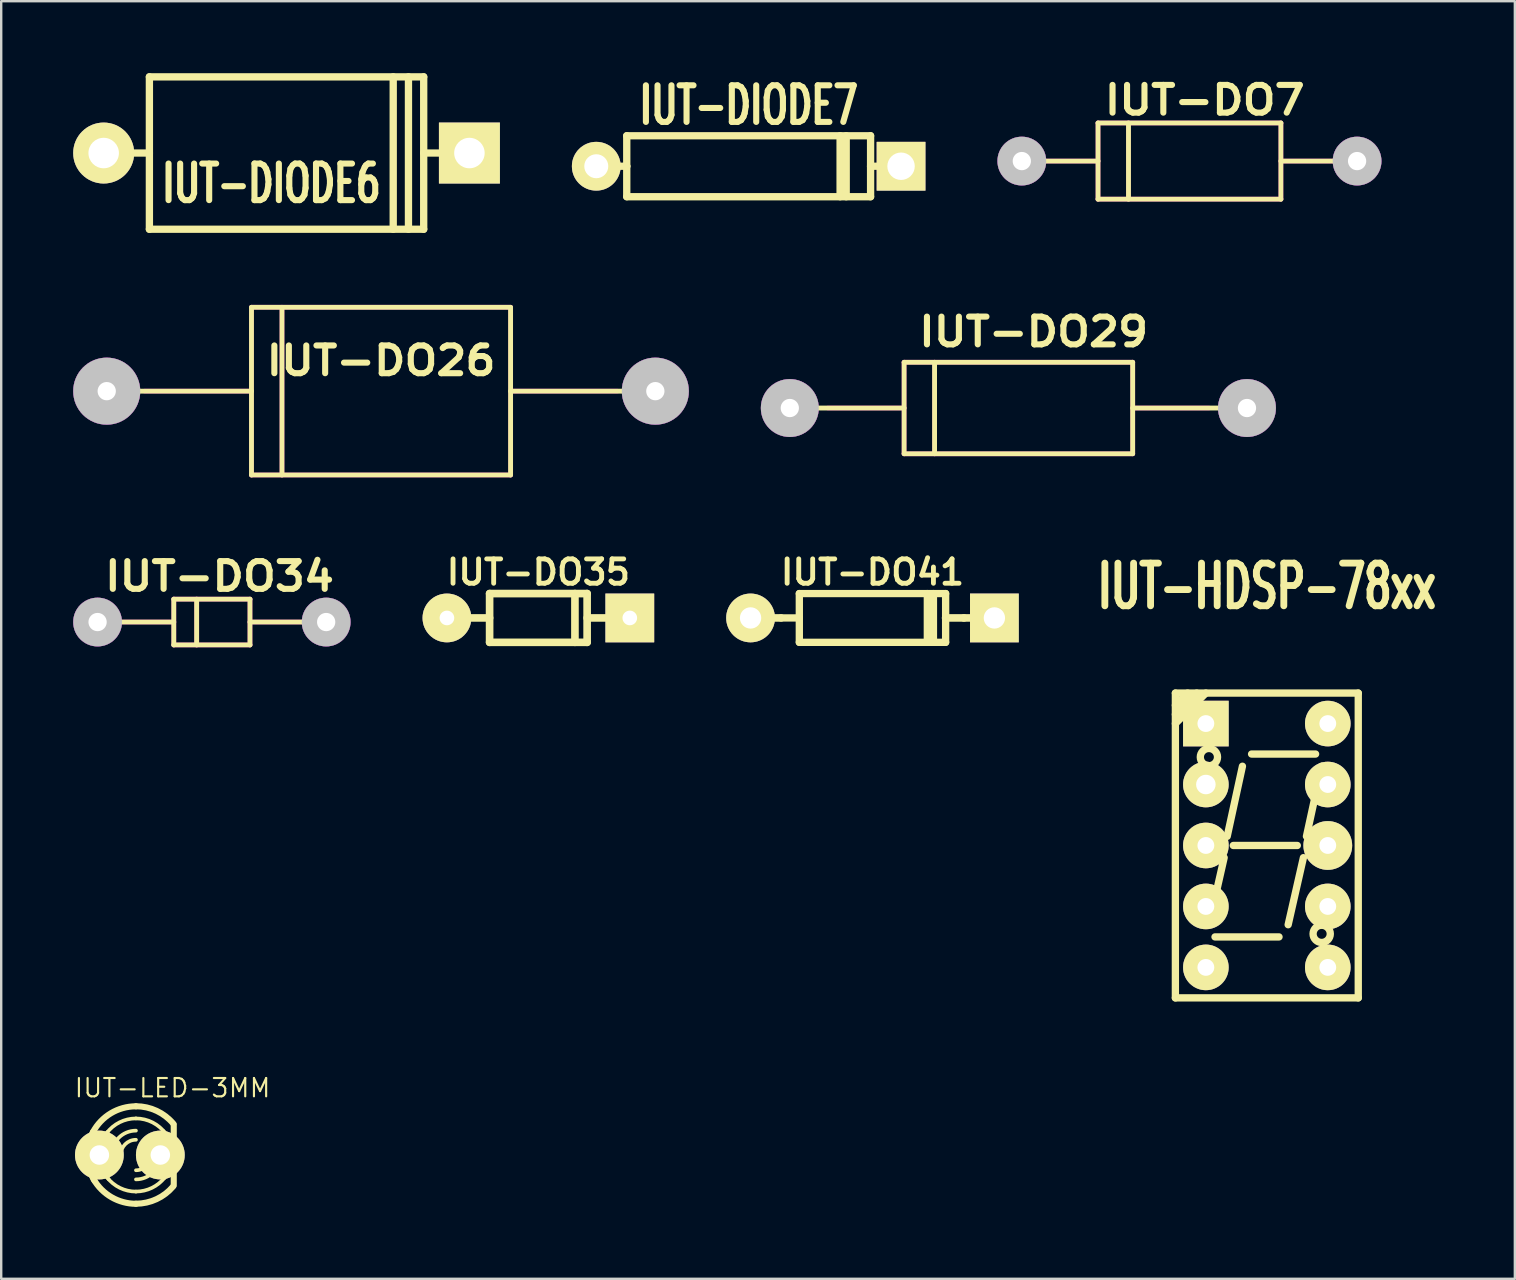
<source format=kicad_pcb>
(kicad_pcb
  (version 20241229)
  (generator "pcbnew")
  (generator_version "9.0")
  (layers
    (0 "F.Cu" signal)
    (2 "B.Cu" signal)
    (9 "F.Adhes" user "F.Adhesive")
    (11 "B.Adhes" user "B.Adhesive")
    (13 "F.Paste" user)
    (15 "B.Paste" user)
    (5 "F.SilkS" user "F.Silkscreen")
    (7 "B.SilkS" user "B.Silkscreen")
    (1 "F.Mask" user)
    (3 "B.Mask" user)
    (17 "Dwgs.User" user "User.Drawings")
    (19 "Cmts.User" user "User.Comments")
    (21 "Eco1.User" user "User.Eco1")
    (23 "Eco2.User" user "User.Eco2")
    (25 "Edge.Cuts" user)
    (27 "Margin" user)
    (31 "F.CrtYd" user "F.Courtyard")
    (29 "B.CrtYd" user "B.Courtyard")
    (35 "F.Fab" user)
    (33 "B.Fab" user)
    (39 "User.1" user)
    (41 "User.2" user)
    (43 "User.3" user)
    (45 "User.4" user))
  (footprint "IUT-DO29"
    (layer "F.Cu")
    (at 29.86 13.952)
    (property "Reference" "IUT-DO29" (at 10.16 -3.175 0) (layer "F.SilkS") (effects (font (size 1.156 1.27) (thickness 0.254))))
    (attr through_hole)
    (fp_line (start 0 0) (end 4.763 0) (stroke (width 0.203) (type solid)) (layer "F.SilkS"))
    (fp_line (start 4.763 -1.905) (end 4.763 1.905) (stroke (width 0.203) (type solid)) (layer "F.SilkS"))
    (fp_line (start 4.763 1.905) (end 14.287 1.905) (stroke (width 0.203) (type solid)) (layer "F.SilkS"))
    (fp_line (start 6.032 -1.905) (end 6.032 1.905) (stroke (width 0.203) (type solid)) (layer "F.SilkS"))
    (fp_line (start 14.287 -1.905) (end 4.763 -1.905) (stroke (width 0.203) (type solid)) (layer "F.SilkS"))
    (fp_line (start 14.287 1.905) (end 14.287 -1.905) (stroke (width 0.203) (type solid)) (layer "F.SilkS"))
    (fp_line (start 19.05 0) (end 14.287 0) (stroke (width 0.203) (type solid)) (layer "F.SilkS"))
    (fp_line (start 4.763 -1.905) (end 4.763 1.905) (stroke (width 0.203) (type solid)) (layer "F.Adhes"))
    (fp_line (start 4.763 0) (end 1.587 0) (stroke (width 0.203) (type solid)) (layer "F.Adhes"))
    (fp_line (start 4.763 1.905) (end 14.287 1.905) (stroke (width 0.203) (type solid)) (layer "F.Adhes"))
    (fp_line (start 6.032 -1.905) (end 6.032 1.905) (stroke (width 0.203) (type solid)) (layer "F.Adhes"))
    (fp_line (start 14.287 -1.905) (end 4.763 -1.905) (stroke (width 0.203) (type solid)) (layer "F.Adhes"))
    (fp_line (start 14.287 1.905) (end 14.287 -1.905) (stroke (width 0.203) (type solid)) (layer "F.Adhes"))
    (fp_line (start 17.462 0) (end 14.287 0) (stroke (width 0.203) (type solid)) (layer "F.Adhes"))
    (pad "1" thru_hole circle (at 19.05 0 90) (size 2.413 2.413) (drill 0.762) (layers "*.Cu" "*.Adhes" "*.Mask" "Dwgs.User" "Eco1.User" "Eco2.User"))
    (pad "2" thru_hole circle (at 0 0 90) (size 2.413 2.413) (drill 0.762) (layers "*.Cu" "*.Adhes" "*.Mask" "Dwgs.User" "Eco1.User" "Eco2.User")))
  (footprint "IUT-DO34"
    (layer "F.Cu")
    (at 1.016 22.87)
    (property "Reference" "IUT-DO34" (at 5.08 -1.905 0) (layer "F.SilkS") (effects (font (size 1.156 1.27) (thickness 0.254))))
    (attr through_hole)
    (fp_line (start 0 0) (end 3.175 0) (stroke (width 0.203) (type solid)) (layer "F.SilkS"))
    (fp_line (start 3.175 -0.953) (end 6.35 -0.953) (stroke (width 0.203) (type solid)) (layer "F.SilkS"))
    (fp_line (start 3.175 0.953) (end 3.175 -0.953) (stroke (width 0.203) (type solid)) (layer "F.SilkS"))
    (fp_line (start 4.128 0.953) (end 4.128 -0.953) (stroke (width 0.203) (type solid)) (layer "F.SilkS"))
    (fp_line (start 6.35 -0.953) (end 6.35 0.953) (stroke (width 0.203) (type solid)) (layer "F.SilkS"))
    (fp_line (start 6.35 0.953) (end 3.175 0.953) (stroke (width 0.203) (type solid)) (layer "F.SilkS"))
    (fp_line (start 9.525 0) (end 6.35 0) (stroke (width 0.203) (type solid)) (layer "F.SilkS"))
    (fp_line (start 3.175 -0.953) (end 6.35 -0.953) (stroke (width 0.203) (type solid)) (layer "F.Adhes"))
    (fp_line (start 3.175 0) (end 0 0) (stroke (width 0.203) (type solid)) (layer "F.Adhes"))
    (fp_line (start 3.175 0.953) (end 3.175 -0.953) (stroke (width 0.203) (type solid)) (layer "F.Adhes"))
    (fp_line (start 4.128 0.953) (end 4.128 -0.953) (stroke (width 0.203) (type solid)) (layer "F.Adhes"))
    (fp_line (start 6.35 -0.953) (end 6.35 0.953) (stroke (width 0.203) (type solid)) (layer "F.Adhes"))
    (fp_line (start 6.35 0.953) (end 3.175 0.953) (stroke (width 0.203) (type solid)) (layer "F.Adhes"))
    (fp_line (start 9.525 0) (end 6.35 0) (stroke (width 0.203) (type solid)) (layer "F.Adhes"))
    (pad "1" thru_hole circle (at 9.525 0 90) (size 2.032 2.032) (drill 0.762) (layers "*.Cu" "*.Adhes" "*.Mask" "Dwgs.User" "Eco1.User" "Eco2.User"))
    (pad "2" thru_hole circle (at 0 0 90) (size 2.032 2.032) (drill 0.762) (layers "*.Cu" "*.Adhes" "*.Mask" "Dwgs.User" "Eco1.User" "Eco2.User")))
  (footprint "IUT-DO41"
    (layer "F.Cu")
    (at 33.305 22.699)
    (property "Reference" "IUT-DO41" (at 0 -1.905 0) (layer "F.SilkS") (effects (font (size 1.016 1.016) (thickness 0.203))))
    (attr through_hole)
    (fp_line (start -3.81 0) (end -5.08 0) (stroke (width 0.318) (type solid)) (layer "F.SilkS"))
    (fp_line (start -3.048 -1.016) (end -3.048 0) (stroke (width 0.305) (type solid)) (layer "F.SilkS"))
    (fp_line (start -3.048 0) (end -3.81 0) (stroke (width 0.305) (type solid)) (layer "F.SilkS"))
    (fp_line (start -3.048 0) (end -3.048 1.016) (stroke (width 0.305) (type solid)) (layer "F.SilkS"))
    (fp_line (start -3.048 1.016) (end 3.048 1.016) (stroke (width 0.305) (type solid)) (layer "F.SilkS"))
    (fp_line (start 2.286 1.016) (end 2.286 -1.016) (stroke (width 0.305) (type solid)) (layer "F.SilkS"))
    (fp_line (start 2.54 -1.016) (end 2.54 1.016) (stroke (width 0.305) (type solid)) (layer "F.SilkS"))
    (fp_line (start 3.048 -1.016) (end -3.048 -1.016) (stroke (width 0.305) (type solid)) (layer "F.SilkS"))
    (fp_line (start 3.048 0) (end 3.048 -1.016) (stroke (width 0.305) (type solid)) (layer "F.SilkS"))
    (fp_line (start 3.048 1.016) (end 3.048 0) (stroke (width 0.305) (type solid)) (layer "F.SilkS"))
    (fp_line (start 3.81 0) (end 3.048 0) (stroke (width 0.318) (type solid)) (layer "F.SilkS"))
    (fp_line (start 3.81 0) (end 5.08 0) (stroke (width 0.318) (type solid)) (layer "F.SilkS"))
    (pad "1" thru_hole circle (at -5.08 0) (size 2.032 2.032) (drill 0.889) (layers "*.Cu" "*.Mask" "F.SilkS"))
    (pad "2" thru_hole rect (at 5.08 0) (size 2.032 2.032) (drill 0.889) (layers "*.Cu" "*.Mask" "F.SilkS")))
  (footprint "IUT-HDSP-78xx"
    (layer "F.Cu")
    (at 49.737 32.18)
    (property "Reference" "IUT-HDSP-78xx" (at 0 -10.795 0) (layer "F.SilkS") (effects (font (size 1.778 1.143) (thickness 0.305))))
    (attr through_hole)
    (fp_line (start -3.81 -6.35) (end -3.81 6.35) (stroke (width 0.305) (type solid)) (layer "F.SilkS"))
    (fp_line (start -3.81 -5.842) (end -3.302 -6.35) (stroke (width 0.305) (type solid)) (layer "F.SilkS"))
    (fp_line (start -3.81 -5.461) (end -2.921 -6.35) (stroke (width 0.305) (type solid)) (layer "F.SilkS"))
    (fp_line (start -3.81 -5.08) (end -2.54 -6.35) (stroke (width 0.305) (type solid)) (layer "F.SilkS"))
    (fp_line (start -3.81 6.35) (end 3.81 6.35) (stroke (width 0.305) (type solid)) (layer "F.SilkS"))
    (fp_line (start -2.413 3.302) (end -1.778 0.508) (stroke (width 0.305) (type solid)) (layer "F.SilkS"))
    (fp_line (start -2.159 3.81) (end 0.508 3.81) (stroke (width 0.305) (type solid)) (layer "F.SilkS"))
    (fp_line (start -1.651 -0.381) (end -1.016 -3.302) (stroke (width 0.305) (type solid)) (layer "F.SilkS"))
    (fp_line (start -1.397 0) (end 1.27 0) (stroke (width 0.305) (type solid)) (layer "F.SilkS"))
    (fp_line (start -0.635 -3.81) (end 2.032 -3.81) (stroke (width 0.305) (type solid)) (layer "F.SilkS"))
    (fp_line (start 0.889 3.302) (end 1.524 0.508) (stroke (width 0.305) (type solid)) (layer "F.SilkS"))
    (fp_line (start 1.651 -0.381) (end 2.286 -3.302) (stroke (width 0.305) (type solid)) (layer "F.SilkS"))
    (fp_line (start 3.81 -6.35) (end -3.81 -6.35) (stroke (width 0.305) (type solid)) (layer "F.SilkS"))
    (fp_line (start 3.81 6.35) (end 3.81 -6.35) (stroke (width 0.305) (type solid)) (layer "F.SilkS"))
    (fp_circle (center -2.413 -3.683) (end -2.159 -3.429) (stroke (width 0.305) (type solid)) (fill no) (layer "F.SilkS"))
    (fp_circle (center 2.286 3.683) (end 2.54 3.937) (stroke (width 0.305) (type solid)) (fill no) (layer "F.SilkS"))
    (pad "" thru_hole circle (at -2.54 -2.54) (size 1.397 1.397) (drill 0.813) (layers "*.Cu" "*.Mask" "F.SilkS"))
    (pad "1" thru_hole rect (at -2.54 -5.08) (size 1.9 1.9) (drill 0.701) (layers "*.Cu" "*.Mask" "F.SilkS"))
    (pad "2" thru_hole circle (at -2.54 -2.54) (size 1.9 1.9) (drill 0.701) (layers "*.Cu" "*.Mask" "F.SilkS"))
    (pad "3" thru_hole circle (at -2.54 0) (size 1.9 1.9) (drill 0.701) (layers "*.Cu" "*.Mask" "F.SilkS"))
    (pad "4" thru_hole circle (at -2.54 2.54) (size 1.9 1.9) (drill 0.701) (layers "*.Cu" "*.Mask" "F.SilkS"))
    (pad "5" thru_hole circle (at -2.54 5.08) (size 1.9 1.9) (drill 0.701) (layers "*.Cu" "*.Mask" "F.SilkS"))
    (pad "6" thru_hole circle (at 2.54 5.08) (size 1.9 1.9) (drill 0.701) (layers "*.Cu" "*.Mask" "F.SilkS"))
    (pad "7" thru_hole circle (at 2.54 2.54) (size 1.9 1.9) (drill 0.701) (layers "*.Cu" "*.Mask" "F.SilkS"))
    (pad "8" thru_hole circle (at 2.54 0) (size 2.032 2.032) (drill 0.701) (layers "*.Cu" "*.Mask" "F.SilkS"))
    (pad "9" thru_hole circle (at 2.54 -2.54) (size 1.9 1.9) (drill 0.701) (layers "*.Cu" "*.Mask" "F.SilkS"))
    (pad "10" thru_hole circle (at 2.54 -5.08) (size 1.9 1.9) (drill 0.701) (layers "*.Cu" "*.Mask" "F.SilkS")))
  (footprint "IUT-DO7"
    (layer "F.Cu")
    (at 39.528 3.662)
    (property "Reference" "IUT-DO7" (at 7.62 -2.54 0) (layer "F.SilkS") (effects (font (size 1.156 1.27) (thickness 0.254))))
    (attr through_hole)
    (fp_line (start 0 0) (end 3.175 0) (stroke (width 0.203) (type solid)) (layer "F.SilkS"))
    (fp_line (start 3.175 -1.587) (end 3.175 1.587) (stroke (width 0.203) (type solid)) (layer "F.SilkS"))
    (fp_line (start 3.175 1.587) (end 10.795 1.587) (stroke (width 0.203) (type solid)) (layer "F.SilkS"))
    (fp_line (start 4.445 -1.587) (end 4.445 1.587) (stroke (width 0.203) (type solid)) (layer "F.SilkS"))
    (fp_line (start 10.795 -1.587) (end 3.175 -1.587) (stroke (width 0.203) (type solid)) (layer "F.SilkS"))
    (fp_line (start 10.795 1.587) (end 10.795 -1.587) (stroke (width 0.203) (type solid)) (layer "F.SilkS"))
    (fp_line (start 13.97 0) (end 10.795 0) (stroke (width 0.203) (type solid)) (layer "F.SilkS"))
    (fp_line (start 0 0) (end 3.175 0) (stroke (width 0.203) (type solid)) (layer "F.Adhes"))
    (fp_line (start 3.175 -1.587) (end 3.175 1.587) (stroke (width 0.203) (type solid)) (layer "F.Adhes"))
    (fp_line (start 3.175 1.587) (end 10.795 1.587) (stroke (width 0.203) (type solid)) (layer "F.Adhes"))
    (fp_line (start 4.445 -1.587) (end 4.445 1.587) (stroke (width 0.203) (type solid)) (layer "F.Adhes"))
    (fp_line (start 10.795 -1.587) (end 3.175 -1.587) (stroke (width 0.203) (type solid)) (layer "F.Adhes"))
    (fp_line (start 10.795 1.587) (end 10.795 -1.587) (stroke (width 0.203) (type solid)) (layer "F.Adhes"))
    (fp_line (start 13.97 0) (end 10.795 0) (stroke (width 0.203) (type solid)) (layer "F.Adhes"))
    (pad "1" thru_hole circle (at 13.97 0 90) (size 2.032 2.032) (drill 0.762) (layers "*.Cu" "*.Adhes" "*.Mask" "Dwgs.User" "Eco1.User" "Eco2.User"))
    (pad "2" thru_hole circle (at 0 0 90) (size 2.032 2.032) (drill 0.762) (layers "*.Cu" "*.Adhes" "*.Mask" "Dwgs.User" "Eco1.User" "Eco2.User")))
  (footprint "IUT-DIODE6"
    (layer "F.Cu")
    (at 8.89 3.327)
    (property "Reference" "IUT-DIODE6" (at -0.635 1.27 0) (layer "F.SilkS") (effects (font (size 1.524 1.016) (thickness 0.305))))
    (attr through_hole)
    (fp_line (start -5.715 -3.175) (end -5.715 3.175) (stroke (width 0.305) (type solid)) (layer "F.SilkS"))
    (fp_line (start -5.715 0) (end -7.62 0) (stroke (width 0.305) (type solid)) (layer "F.SilkS"))
    (fp_line (start -5.715 3.175) (end 5.715 3.175) (stroke (width 0.305) (type solid)) (layer "F.SilkS"))
    (fp_line (start 4.445 3.175) (end 4.445 -3.175) (stroke (width 0.305) (type solid)) (layer "F.SilkS"))
    (fp_line (start 5.08 -3.175) (end 5.08 3.175) (stroke (width 0.305) (type solid)) (layer "F.SilkS"))
    (fp_line (start 5.715 -3.175) (end -5.715 -3.175) (stroke (width 0.305) (type solid)) (layer "F.SilkS"))
    (fp_line (start 5.715 0) (end 7.62 0) (stroke (width 0.305) (type solid)) (layer "F.SilkS"))
    (fp_line (start 5.715 3.175) (end 5.715 -3.175) (stroke (width 0.305) (type solid)) (layer "F.SilkS"))
    (pad "1" thru_hole circle (at -7.62 0) (size 2.54 2.54) (drill 1.27) (layers "*.Cu" "*.Mask" "F.SilkS"))
    (pad "2" thru_hole rect (at 7.62 0) (size 2.54 2.54) (drill 1.27) (layers "*.Cu" "*.Mask" "F.SilkS")))
  (footprint "IUT-LED-3MM"
    (layer "F.Cu")
    (at 2.361 45.078)
    (property "Reference" "IUT-LED-3MM" (at 1.778 -2.794 0) (layer "F.SilkS") (effects (font (size 0.762 0.762) (thickness 0.089))))
    (attr through_hole)
    (fp_line (start 1.829 1.27) (end 1.829 -1.27) (stroke (width 0.254) (type solid)) (layer "F.SilkS"))
    (fp_arc (start -1.778 0) (mid -1.716347 -0.496745) (end -1.53513 -0.963347) (stroke (width 0.254) (type solid)) (layer "F.SilkS"))
    (fp_arc (start -1.5367 -0.955) (mid -0.790587 -1.739962) (end 0.25299 -2.029441) (stroke (width 0.254) (type solid)) (layer "F.SilkS"))
    (fp_arc (start -1.4757 1.0643) (mid -1.700136 0.553126) (end -1.77691 0.000155) (stroke (width 0.254) (type solid)) (layer "F.SilkS"))
    (fp_arc (start -1.27 0) (mid -1.178999 -0.518738) (end -0.916864 -0.975527) (stroke (width 0.1524) (type solid)) (layer "F.SilkS"))
    (fp_arc (start -0.9652 -0.9144) (mid -0.427912 -1.362928) (end 0.253199 -1.524) (stroke (width 0.1524) (type solid)) (layer "F.SilkS"))
    (fp_arc (start -0.8839 1.0109) (mid -1.168716 0.540939) (end -1.268082 0.000467) (stroke (width 0.1524) (type solid)) (layer "F.SilkS"))
    (fp_arc (start -0.762 0) (mid -0.46442 -0.71842) (end 0.254 -1.016) (stroke (width 0.1524) (type solid)) (layer "F.SilkS"))
    (fp_arc (start -0.381 0) (mid -0.195013 -0.449013) (end 0.254 -0.635) (stroke (width 0.1524) (type solid)) (layer "F.SilkS"))
    (fp_arc (start 0.254 -2.032) (mid 1.114367 -1.840867) (end 1.81288 -1.303426) (stroke (width 0.254) (type solid)) (layer "F.SilkS"))
    (fp_arc (start 0.254 -1.524) (mid 0.950618 -1.35547) (end 1.493166 -0.887155) (stroke (width 0.1524) (type solid)) (layer "F.SilkS"))
    (fp_arc (start 0.254 1.524) (mid -0.415273 1.369179) (end -0.948564 0.936171) (stroke (width 0.1524) (type solid)) (layer "F.SilkS"))
    (fp_arc (start 0.254 2.032) (mid -0.76507 1.757988) (end -1.509299 1.009851) (stroke (width 0.254) (type solid)) (layer "F.SilkS"))
    (fp_arc (start 0.889 0) (mid 0.703013 0.449013) (end 0.254 0.635) (stroke (width 0.1524) (type solid)) (layer "F.SilkS"))
    (fp_arc (start 1.27 0) (mid 0.97242 0.71842) (end 0.254 1.016) (stroke (width 0.1524) (type solid)) (layer "F.SilkS"))
    (fp_arc (start 1.4097 -0.9906) (mid 1.681593 -0.528119) (end 1.776147 -0.000034) (stroke (width 0.1524) (type solid)) (layer "F.SilkS"))
    (fp_arc (start 1.4554 0.9347) (mid 0.922873 1.367346) (end 0.254445 1.522178) (stroke (width 0.1524) (type solid)) (layer "F.SilkS"))
    (fp_arc (start 1.778 0) (mid 1.686999 0.518738) (end 1.424864 0.975527) (stroke (width 0.1524) (type solid)) (layer "F.SilkS"))
    (fp_arc (start 1.8034 1.3106) (mid 1.109171 1.840379) (end 0.256583 2.029361) (stroke (width 0.254) (type solid)) (layer "F.SilkS"))
    (pad "1" thru_hole circle (at -1.27 0) (size 2.032 2.032) (drill 0.813) (layers "*.Cu" "*.Mask" "F.SilkS"))
    (pad "2" thru_hole circle (at 1.27 0) (size 2.032 2.032) (drill 0.813) (layers "*.Cu" "*.Mask" "F.SilkS")))
  (footprint "IUT-DO35"
    (layer "F.Cu")
    (at 19.383 22.699)
    (property "Reference" "IUT-DO35" (at 0 -1.905 0) (layer "F.SilkS") (effects (font (size 1.016 1.016) (thickness 0.203))))
    (attr through_hole)
    (fp_line (start -2.032 -1.016) (end -2.032 1.016) (stroke (width 0.318) (type solid)) (layer "F.SilkS"))
    (fp_line (start -2.032 0) (end -3.81 0) (stroke (width 0.318) (type solid)) (layer "F.SilkS"))
    (fp_line (start -2.032 1.016) (end 2.032 1.016) (stroke (width 0.318) (type solid)) (layer "F.SilkS"))
    (fp_line (start 1.524 -1.016) (end 1.524 1.016) (stroke (width 0.318) (type solid)) (layer "F.SilkS"))
    (fp_line (start 2.032 -1.016) (end -2.032 -1.016) (stroke (width 0.318) (type solid)) (layer "F.SilkS"))
    (fp_line (start 2.032 0) (end 3.81 0) (stroke (width 0.318) (type solid)) (layer "F.SilkS"))
    (fp_line (start 2.032 1.016) (end 2.032 -1.016) (stroke (width 0.318) (type solid)) (layer "F.SilkS"))
    (pad "1" thru_hole circle (at -3.81 0) (size 2.032 2.032) (drill 0.61) (layers "*.Cu" "*.Mask" "F.SilkS"))
    (pad "2" thru_hole rect (at 3.81 0) (size 2.032 2.032) (drill 0.61) (layers "*.Cu" "*.Mask" "F.SilkS")))
  (footprint "IUT-DIODE7"
    (layer "F.Cu")
    (at 28.146 3.877)
    (property "Reference" "IUT-DIODE7" (at 0 -2.54 0) (layer "F.SilkS") (effects (font (size 1.524 1.016) (thickness 0.305))))
    (attr through_hole)
    (fp_line (start -5.08 -1.27) (end -5.08 0) (stroke (width 0.305) (type solid)) (layer "F.SilkS"))
    (fp_line (start -5.08 0) (end -6.35 0) (stroke (width 0.305) (type solid)) (layer "F.SilkS"))
    (fp_line (start -5.08 0) (end -5.08 1.27) (stroke (width 0.305) (type solid)) (layer "F.SilkS"))
    (fp_line (start -5.08 1.27) (end 5.08 1.27) (stroke (width 0.305) (type solid)) (layer "F.SilkS"))
    (fp_line (start 3.81 -1.27) (end 3.81 1.27) (stroke (width 0.305) (type solid)) (layer "F.SilkS"))
    (fp_line (start 4.064 -1.27) (end 4.064 1.27) (stroke (width 0.305) (type solid)) (layer "F.SilkS"))
    (fp_line (start 5.08 -1.27) (end -5.08 -1.27) (stroke (width 0.305) (type solid)) (layer "F.SilkS"))
    (fp_line (start 5.08 0) (end 5.08 -1.27) (stroke (width 0.305) (type solid)) (layer "F.SilkS"))
    (fp_line (start 5.08 1.27) (end 5.08 0) (stroke (width 0.305) (type solid)) (layer "F.SilkS"))
    (fp_line (start 6.35 0) (end 5.08 0) (stroke (width 0.305) (type solid)) (layer "F.SilkS"))
    (pad "1" thru_hole circle (at -6.35 0) (size 2.032 2.032) (drill 1) (layers "*.Cu" "*.Mask" "F.SilkS"))
    (pad "2" thru_hole rect (at 6.35 0) (size 2.032 2.032) (drill 1.143) (layers "*.Cu" "*.Mask" "F.SilkS")))
  (footprint "IUT-DO26"
    (layer "F.Cu")
    (at 1.397 13.249)
    (property "Reference" "IUT-DO26" (at 11.43 -1.27 0) (layer "F.SilkS") (effects (font (size 1.156 1.27) (thickness 0.254))))
    (attr through_hole)
    (fp_line (start 0 0) (end 6.032 0) (stroke (width 0.203) (type solid)) (layer "F.SilkS"))
    (fp_line (start 6.032 -3.493) (end 6.032 3.493) (stroke (width 0.203) (type solid)) (layer "F.SilkS"))
    (fp_line (start 6.032 3.493) (end 16.828 3.493) (stroke (width 0.203) (type solid)) (layer "F.SilkS"))
    (fp_line (start 7.303 -3.493) (end 7.303 3.493) (stroke (width 0.203) (type solid)) (layer "F.SilkS"))
    (fp_line (start 16.828 -3.493) (end 6.032 -3.493) (stroke (width 0.203) (type solid)) (layer "F.SilkS"))
    (fp_line (start 16.828 3.493) (end 16.828 -3.493) (stroke (width 0.203) (type solid)) (layer "F.SilkS"))
    (fp_line (start 22.86 0) (end 16.828 0) (stroke (width 0.203) (type solid)) (layer "F.SilkS"))
    (fp_line (start 1.587 0) (end 6.032 0) (stroke (width 0.203) (type solid)) (layer "F.Adhes"))
    (fp_line (start 6.032 -3.493) (end 6.032 3.493) (stroke (width 0.203) (type solid)) (layer "F.Adhes"))
    (fp_line (start 6.032 3.493) (end 16.828 3.493) (stroke (width 0.203) (type solid)) (layer "F.Adhes"))
    (fp_line (start 7.303 -3.493) (end 7.303 3.493) (stroke (width 0.203) (type solid)) (layer "F.Adhes"))
    (fp_line (start 16.828 -3.493) (end 6.032 -3.493) (stroke (width 0.203) (type solid)) (layer "F.Adhes"))
    (fp_line (start 16.828 0) (end 21.273 0) (stroke (width 0.203) (type solid)) (layer "F.Adhes"))
    (fp_line (start 16.828 3.493) (end 16.828 -3.493) (stroke (width 0.203) (type solid)) (layer "F.Adhes"))
    (pad "1" thru_hole circle (at 22.86 0 90) (size 2.794 2.794) (drill 0.762) (layers "*.Cu" "*.Adhes" "*.Mask" "Dwgs.User" "Eco1.User" "Eco2.User"))
    (pad "2" thru_hole circle (at 0 0 90) (size 2.794 2.794) (drill 0.762) (layers "*.Cu" "*.Adhes" "*.Mask" "Dwgs.User" "Eco1.User" "Eco2.User")))
  (gr_rect
    (start -3 -3)
    (end 60.072 50.237)
    (stroke (width 0.1) (type default))
    (fill no)
    (layer "Edge.Cuts")))
</source>
